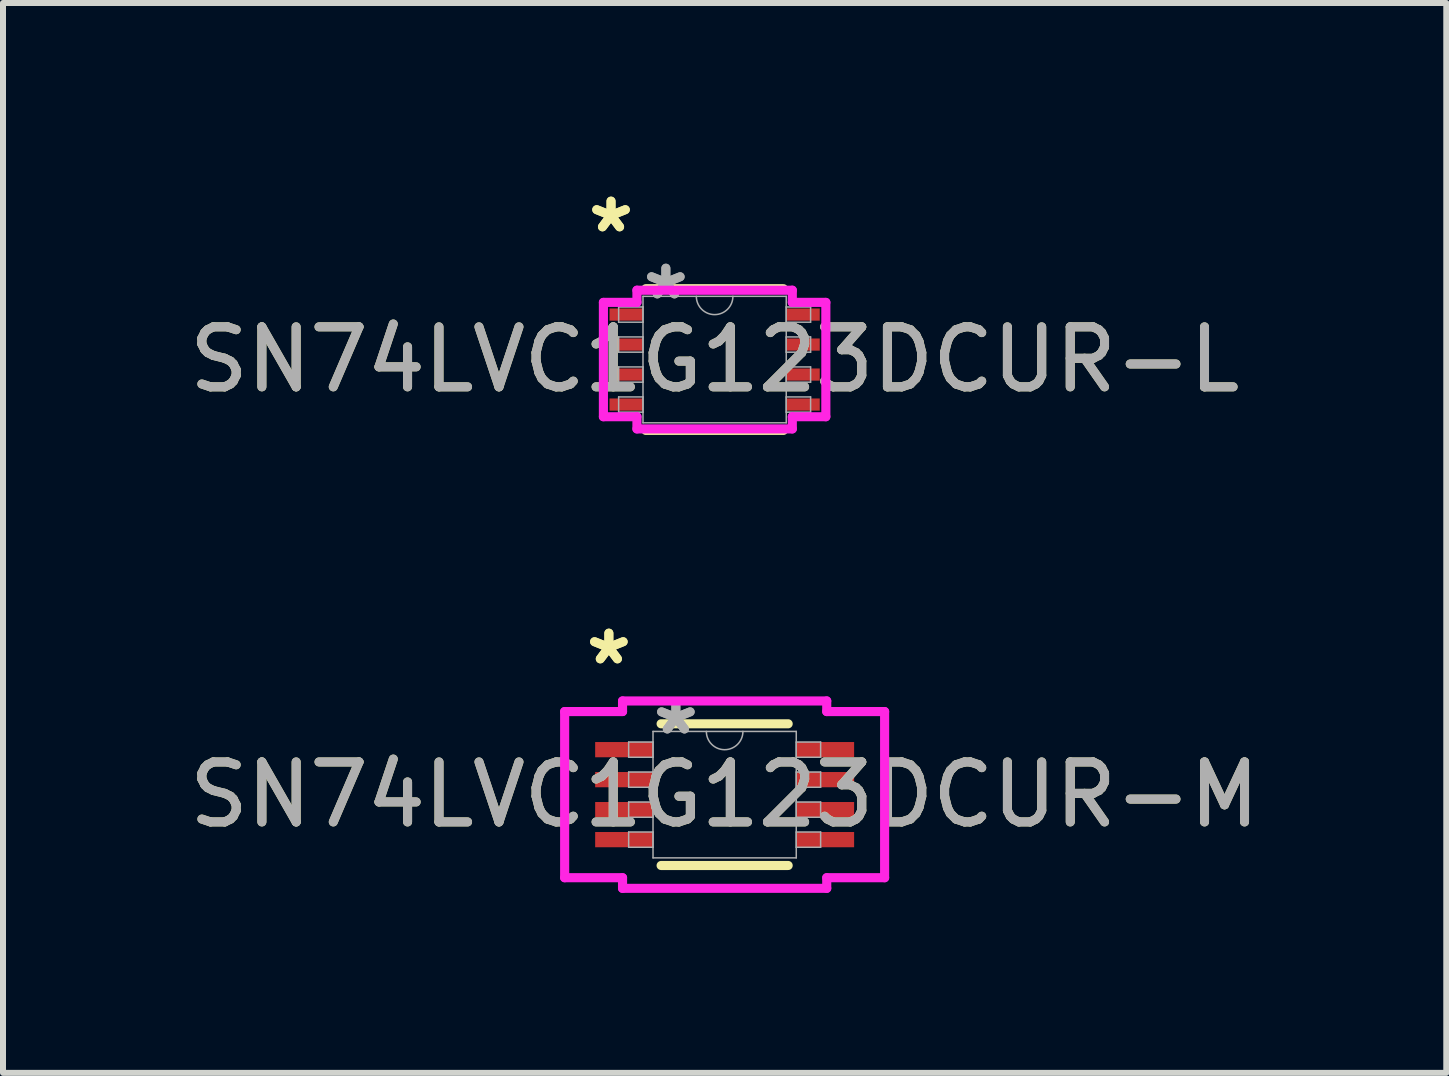
<source format=kicad_pcb>
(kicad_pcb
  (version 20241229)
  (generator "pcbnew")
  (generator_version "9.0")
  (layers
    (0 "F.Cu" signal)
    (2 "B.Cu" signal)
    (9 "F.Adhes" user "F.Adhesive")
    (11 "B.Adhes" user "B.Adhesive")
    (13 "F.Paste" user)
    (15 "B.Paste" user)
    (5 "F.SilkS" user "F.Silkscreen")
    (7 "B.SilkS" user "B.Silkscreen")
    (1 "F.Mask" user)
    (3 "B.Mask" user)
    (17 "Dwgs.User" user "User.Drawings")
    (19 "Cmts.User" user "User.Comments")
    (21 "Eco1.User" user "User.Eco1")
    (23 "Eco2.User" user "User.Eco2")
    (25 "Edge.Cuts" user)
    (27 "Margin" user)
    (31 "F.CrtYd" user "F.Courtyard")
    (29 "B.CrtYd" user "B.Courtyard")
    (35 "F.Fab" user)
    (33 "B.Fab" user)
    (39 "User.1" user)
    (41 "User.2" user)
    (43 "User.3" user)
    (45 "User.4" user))
  (footprint "SN74LVC1G123DCUR-L"
    (layer "F.Cu")
    (at 8.863 2.944)
    (property "Reference" "SN74LVC1G123DCUR-L" (at 0 0 0) (unlocked yes) (layer "F.SilkS") (effects (font (size 1 1) (thickness 0.15))))
    (attr smd)
    (fp_line (start -1.147 1.181) (end 1.147 1.181) (stroke (width 0.152) (type solid)) (layer "F.SilkS"))
    (fp_line (start 1.147 -1.181) (end -1.147 -1.181) (stroke (width 0.152) (type solid)) (layer "F.SilkS"))
    (fp_line (start -1.854 -0.953) (end -1.295 -0.953) (stroke (width 0.152) (type solid)) (layer "F.CrtYd"))
    (fp_line (start -1.854 0.953) (end -1.854 -0.953) (stroke (width 0.152) (type solid)) (layer "F.CrtYd"))
    (fp_line (start -1.854 0.953) (end -1.295 0.953) (stroke (width 0.152) (type solid)) (layer "F.CrtYd"))
    (fp_line (start -1.295 -1.156) (end 1.295 -1.156) (stroke (width 0.152) (type solid)) (layer "F.CrtYd"))
    (fp_line (start -1.295 -0.953) (end -1.295 -1.156) (stroke (width 0.152) (type solid)) (layer "F.CrtYd"))
    (fp_line (start -1.295 1.156) (end -1.295 0.953) (stroke (width 0.152) (type solid)) (layer "F.CrtYd"))
    (fp_line (start 1.295 -1.156) (end 1.295 -0.953) (stroke (width 0.152) (type solid)) (layer "F.CrtYd"))
    (fp_line (start 1.295 0.953) (end 1.295 1.156) (stroke (width 0.152) (type solid)) (layer "F.CrtYd"))
    (fp_line (start 1.295 1.156) (end -1.295 1.156) (stroke (width 0.152) (type solid)) (layer "F.CrtYd"))
    (fp_line (start 1.854 -0.953) (end 1.295 -0.953) (stroke (width 0.152) (type solid)) (layer "F.CrtYd"))
    (fp_line (start 1.854 -0.953) (end 1.854 0.953) (stroke (width 0.152) (type solid)) (layer "F.CrtYd"))
    (fp_line (start 1.854 0.953) (end 1.295 0.953) (stroke (width 0.152) (type solid)) (layer "F.CrtYd"))
    (fp_line (start -1.6 -0.877) (end -1.6 -0.623) (stroke (width 0.025) (type solid)) (layer "F.Fab"))
    (fp_line (start -1.6 -0.623) (end -1.194 -0.623) (stroke (width 0.025) (type solid)) (layer "F.Fab"))
    (fp_line (start -1.6 -0.377) (end -1.6 -0.123) (stroke (width 0.025) (type solid)) (layer "F.Fab"))
    (fp_line (start -1.6 -0.123) (end -1.194 -0.123) (stroke (width 0.025) (type solid)) (layer "F.Fab"))
    (fp_line (start -1.6 0.123) (end -1.6 0.377) (stroke (width 0.025) (type solid)) (layer "F.Fab"))
    (fp_line (start -1.6 0.377) (end -1.194 0.377) (stroke (width 0.025) (type solid)) (layer "F.Fab"))
    (fp_line (start -1.6 0.623) (end -1.6 0.877) (stroke (width 0.025) (type solid)) (layer "F.Fab"))
    (fp_line (start -1.6 0.877) (end -1.194 0.877) (stroke (width 0.025) (type solid)) (layer "F.Fab"))
    (fp_line (start -1.194 -1.054) (end -1.194 1.054) (stroke (width 0.025) (type solid)) (layer "F.Fab"))
    (fp_line (start -1.194 -0.877) (end -1.6 -0.877) (stroke (width 0.025) (type solid)) (layer "F.Fab"))
    (fp_line (start -1.194 -0.623) (end -1.194 -0.877) (stroke (width 0.025) (type solid)) (layer "F.Fab"))
    (fp_line (start -1.194 -0.377) (end -1.6 -0.377) (stroke (width 0.025) (type solid)) (layer "F.Fab"))
    (fp_line (start -1.194 -0.123) (end -1.194 -0.377) (stroke (width 0.025) (type solid)) (layer "F.Fab"))
    (fp_line (start -1.194 0.123) (end -1.6 0.123) (stroke (width 0.025) (type solid)) (layer "F.Fab"))
    (fp_line (start -1.194 0.377) (end -1.194 0.123) (stroke (width 0.025) (type solid)) (layer "F.Fab"))
    (fp_line (start -1.194 0.623) (end -1.6 0.623) (stroke (width 0.025) (type solid)) (layer "F.Fab"))
    (fp_line (start -1.194 0.877) (end -1.194 0.623) (stroke (width 0.025) (type solid)) (layer "F.Fab"))
    (fp_line (start -1.194 1.054) (end 1.194 1.054) (stroke (width 0.025) (type solid)) (layer "F.Fab"))
    (fp_line (start 1.194 -1.054) (end -1.194 -1.054) (stroke (width 0.025) (type solid)) (layer "F.Fab"))
    (fp_line (start 1.194 -0.877) (end 1.194 -0.623) (stroke (width 0.025) (type solid)) (layer "F.Fab"))
    (fp_line (start 1.194 -0.623) (end 1.6 -0.623) (stroke (width 0.025) (type solid)) (layer "F.Fab"))
    (fp_line (start 1.194 -0.377) (end 1.194 -0.123) (stroke (width 0.025) (type solid)) (layer "F.Fab"))
    (fp_line (start 1.194 -0.123) (end 1.6 -0.123) (stroke (width 0.025) (type solid)) (layer "F.Fab"))
    (fp_line (start 1.194 0.123) (end 1.194 0.377) (stroke (width 0.025) (type solid)) (layer "F.Fab"))
    (fp_line (start 1.194 0.377) (end 1.6 0.377) (stroke (width 0.025) (type solid)) (layer "F.Fab"))
    (fp_line (start 1.194 0.623) (end 1.194 0.877) (stroke (width 0.025) (type solid)) (layer "F.Fab"))
    (fp_line (start 1.194 0.877) (end 1.6 0.877) (stroke (width 0.025) (type solid)) (layer "F.Fab"))
    (fp_line (start 1.194 1.054) (end 1.194 -1.054) (stroke (width 0.025) (type solid)) (layer "F.Fab"))
    (fp_line (start 1.6 -0.877) (end 1.194 -0.877) (stroke (width 0.025) (type solid)) (layer "F.Fab"))
    (fp_line (start 1.6 -0.623) (end 1.6 -0.877) (stroke (width 0.025) (type solid)) (layer "F.Fab"))
    (fp_line (start 1.6 -0.377) (end 1.194 -0.377) (stroke (width 0.025) (type solid)) (layer "F.Fab"))
    (fp_line (start 1.6 -0.123) (end 1.6 -0.377) (stroke (width 0.025) (type solid)) (layer "F.Fab"))
    (fp_line (start 1.6 0.123) (end 1.194 0.123) (stroke (width 0.025) (type solid)) (layer "F.Fab"))
    (fp_line (start 1.6 0.377) (end 1.6 0.123) (stroke (width 0.025) (type solid)) (layer "F.Fab"))
    (fp_line (start 1.6 0.623) (end 1.194 0.623) (stroke (width 0.025) (type solid)) (layer "F.Fab"))
    (fp_line (start 1.6 0.877) (end 1.6 0.623) (stroke (width 0.025) (type solid)) (layer "F.Fab"))
    (fp_arc (start 0.3048 -1.0541) (mid 0 -0.7493) (end -0.3048 -1.0541) (stroke (width 0.0254) (type solid)) (layer "F.Fab"))
    (fp_text user "*" (at -1.727 -2.096 0) (layer "F.SilkS") (effects (font (size 1 1) (thickness 0.15))))
    (fp_text user "*" (at -1.727 -2.096 0) (unlocked yes) (layer "F.SilkS") (effects (font (size 1 1) (thickness 0.15))))
    (fp_text user "${REFERENCE}" (at 0 0 0) (unlocked yes) (layer "F.Fab") (effects (font (size 1 1) (thickness 0.15))))
    (fp_text user "*" (at -0.813 -0.978 0) (unlocked yes) (layer "F.Fab") (effects (font (size 1 1) (thickness 0.15))))
    (fp_text user "*" (at -0.813 -0.978 0) (layer "F.Fab") (effects (font (size 1 1) (thickness 0.15))))
    (pad "1" smd rect (at -1.473 -0.75) (size 0.559 0.203) (layers "F.Cu" "F.Mask" "F.Paste"))
    (pad "2" smd rect (at -1.473 -0.25) (size 0.559 0.203) (layers "F.Cu" "F.Mask" "F.Paste"))
    (pad "3" smd rect (at -1.473 0.25) (size 0.559 0.203) (layers "F.Cu" "F.Mask" "F.Paste"))
    (pad "4" smd rect (at -1.473 0.75) (size 0.559 0.203) (layers "F.Cu" "F.Mask" "F.Paste"))
    (pad "5" smd rect (at 1.473 0.75) (size 0.559 0.203) (layers "F.Cu" "F.Mask" "F.Paste"))
    (pad "6" smd rect (at 1.473 0.25) (size 0.559 0.203) (layers "F.Cu" "F.Mask" "F.Paste"))
    (pad "7" smd rect (at 1.473 -0.25) (size 0.559 0.203) (layers "F.Cu" "F.Mask" "F.Paste"))
    (pad "8" smd rect (at 1.473 -0.75) (size 0.559 0.203) (layers "F.Cu" "F.Mask" "F.Paste")))
  (footprint "SN74LVC1G123DCUR-M"
    (layer "F.Cu")
    (at 9.03 10.197)
    (property "Reference" "SN74LVC1G123DCUR-M" (at 0 0 0) (unlocked yes) (layer "F.SilkS") (effects (font (size 1 1) (thickness 0.15))))
    (attr smd)
    (fp_line (start -1.059 1.181) (end 1.059 1.181) (stroke (width 0.152) (type solid)) (layer "F.SilkS"))
    (fp_line (start 1.059 -1.181) (end -1.059 -1.181) (stroke (width 0.152) (type solid)) (layer "F.SilkS"))
    (fp_line (start -2.667 -1.385) (end -1.702 -1.385) (stroke (width 0.152) (type solid)) (layer "F.CrtYd"))
    (fp_line (start -2.667 1.385) (end -2.667 -1.385) (stroke (width 0.152) (type solid)) (layer "F.CrtYd"))
    (fp_line (start -2.667 1.385) (end -1.702 1.385) (stroke (width 0.152) (type solid)) (layer "F.CrtYd"))
    (fp_line (start -1.702 -1.562) (end 1.702 -1.562) (stroke (width 0.152) (type solid)) (layer "F.CrtYd"))
    (fp_line (start -1.702 -1.385) (end -1.702 -1.562) (stroke (width 0.152) (type solid)) (layer "F.CrtYd"))
    (fp_line (start -1.702 1.562) (end -1.702 1.385) (stroke (width 0.152) (type solid)) (layer "F.CrtYd"))
    (fp_line (start 1.702 -1.562) (end 1.702 -1.385) (stroke (width 0.152) (type solid)) (layer "F.CrtYd"))
    (fp_line (start 1.702 1.385) (end 1.702 1.562) (stroke (width 0.152) (type solid)) (layer "F.CrtYd"))
    (fp_line (start 1.702 1.562) (end -1.702 1.562) (stroke (width 0.152) (type solid)) (layer "F.CrtYd"))
    (fp_line (start 2.667 -1.385) (end 1.702 -1.385) (stroke (width 0.152) (type solid)) (layer "F.CrtYd"))
    (fp_line (start 2.667 -1.385) (end 2.667 1.385) (stroke (width 0.152) (type solid)) (layer "F.CrtYd"))
    (fp_line (start 2.667 1.385) (end 1.702 1.385) (stroke (width 0.152) (type solid)) (layer "F.CrtYd"))
    (fp_line (start -1.6 -0.877) (end -1.6 -0.623) (stroke (width 0.025) (type solid)) (layer "F.Fab"))
    (fp_line (start -1.6 -0.623) (end -1.194 -0.623) (stroke (width 0.025) (type solid)) (layer "F.Fab"))
    (fp_line (start -1.6 -0.377) (end -1.6 -0.123) (stroke (width 0.025) (type solid)) (layer "F.Fab"))
    (fp_line (start -1.6 -0.123) (end -1.194 -0.123) (stroke (width 0.025) (type solid)) (layer "F.Fab"))
    (fp_line (start -1.6 0.123) (end -1.6 0.377) (stroke (width 0.025) (type solid)) (layer "F.Fab"))
    (fp_line (start -1.6 0.377) (end -1.194 0.377) (stroke (width 0.025) (type solid)) (layer "F.Fab"))
    (fp_line (start -1.6 0.623) (end -1.6 0.877) (stroke (width 0.025) (type solid)) (layer "F.Fab"))
    (fp_line (start -1.6 0.877) (end -1.194 0.877) (stroke (width 0.025) (type solid)) (layer "F.Fab"))
    (fp_line (start -1.194 -1.054) (end -1.194 1.054) (stroke (width 0.025) (type solid)) (layer "F.Fab"))
    (fp_line (start -1.194 -0.877) (end -1.6 -0.877) (stroke (width 0.025) (type solid)) (layer "F.Fab"))
    (fp_line (start -1.194 -0.623) (end -1.194 -0.877) (stroke (width 0.025) (type solid)) (layer "F.Fab"))
    (fp_line (start -1.194 -0.377) (end -1.6 -0.377) (stroke (width 0.025) (type solid)) (layer "F.Fab"))
    (fp_line (start -1.194 -0.123) (end -1.194 -0.377) (stroke (width 0.025) (type solid)) (layer "F.Fab"))
    (fp_line (start -1.194 0.123) (end -1.6 0.123) (stroke (width 0.025) (type solid)) (layer "F.Fab"))
    (fp_line (start -1.194 0.377) (end -1.194 0.123) (stroke (width 0.025) (type solid)) (layer "F.Fab"))
    (fp_line (start -1.194 0.623) (end -1.6 0.623) (stroke (width 0.025) (type solid)) (layer "F.Fab"))
    (fp_line (start -1.194 0.877) (end -1.194 0.623) (stroke (width 0.025) (type solid)) (layer "F.Fab"))
    (fp_line (start -1.194 1.054) (end 1.194 1.054) (stroke (width 0.025) (type solid)) (layer "F.Fab"))
    (fp_line (start 1.194 -1.054) (end -1.194 -1.054) (stroke (width 0.025) (type solid)) (layer "F.Fab"))
    (fp_line (start 1.194 -0.877) (end 1.194 -0.623) (stroke (width 0.025) (type solid)) (layer "F.Fab"))
    (fp_line (start 1.194 -0.623) (end 1.6 -0.623) (stroke (width 0.025) (type solid)) (layer "F.Fab"))
    (fp_line (start 1.194 -0.377) (end 1.194 -0.123) (stroke (width 0.025) (type solid)) (layer "F.Fab"))
    (fp_line (start 1.194 -0.123) (end 1.6 -0.123) (stroke (width 0.025) (type solid)) (layer "F.Fab"))
    (fp_line (start 1.194 0.123) (end 1.194 0.377) (stroke (width 0.025) (type solid)) (layer "F.Fab"))
    (fp_line (start 1.194 0.377) (end 1.6 0.377) (stroke (width 0.025) (type solid)) (layer "F.Fab"))
    (fp_line (start 1.194 0.623) (end 1.194 0.877) (stroke (width 0.025) (type solid)) (layer "F.Fab"))
    (fp_line (start 1.194 0.877) (end 1.6 0.877) (stroke (width 0.025) (type solid)) (layer "F.Fab"))
    (fp_line (start 1.194 1.054) (end 1.194 -1.054) (stroke (width 0.025) (type solid)) (layer "F.Fab"))
    (fp_line (start 1.6 -0.877) (end 1.194 -0.877) (stroke (width 0.025) (type solid)) (layer "F.Fab"))
    (fp_line (start 1.6 -0.623) (end 1.6 -0.877) (stroke (width 0.025) (type solid)) (layer "F.Fab"))
    (fp_line (start 1.6 -0.377) (end 1.194 -0.377) (stroke (width 0.025) (type solid)) (layer "F.Fab"))
    (fp_line (start 1.6 -0.123) (end 1.6 -0.377) (stroke (width 0.025) (type solid)) (layer "F.Fab"))
    (fp_line (start 1.6 0.123) (end 1.194 0.123) (stroke (width 0.025) (type solid)) (layer "F.Fab"))
    (fp_line (start 1.6 0.377) (end 1.6 0.123) (stroke (width 0.025) (type solid)) (layer "F.Fab"))
    (fp_line (start 1.6 0.623) (end 1.194 0.623) (stroke (width 0.025) (type solid)) (layer "F.Fab"))
    (fp_line (start 1.6 0.877) (end 1.6 0.623) (stroke (width 0.025) (type solid)) (layer "F.Fab"))
    (fp_arc (start 0.3048 -1.0541) (mid 0 -0.7493) (end -0.3048 -1.0541) (stroke (width 0.0254) (type solid)) (layer "F.Fab"))
    (fp_text user "*" (at -1.93 -2.147 0) (unlocked yes) (layer "F.SilkS") (effects (font (size 1 1) (thickness 0.15))))
    (fp_text user "*" (at -1.93 -2.147 0) (layer "F.SilkS") (effects (font (size 1 1) (thickness 0.15))))
    (fp_text user "*" (at -0.813 -0.978 0) (unlocked yes) (layer "F.Fab") (effects (font (size 1 1) (thickness 0.15))))
    (fp_text user "*" (at -0.813 -0.978 0) (layer "F.Fab") (effects (font (size 1 1) (thickness 0.15))))
    (fp_text user "${REFERENCE}" (at 0 0 0) (unlocked yes) (layer "F.Fab") (effects (font (size 1 1) (thickness 0.15))))
    (pad "1" smd rect (at -1.676 -0.75) (size 0.965 0.254) (layers "F.Cu" "F.Mask" "F.Paste"))
    (pad "2" smd rect (at -1.676 -0.25) (size 0.965 0.254) (layers "F.Cu" "F.Mask" "F.Paste"))
    (pad "3" smd rect (at -1.676 0.25) (size 0.965 0.254) (layers "F.Cu" "F.Mask" "F.Paste"))
    (pad "4" smd rect (at -1.676 0.75) (size 0.965 0.254) (layers "F.Cu" "F.Mask" "F.Paste"))
    (pad "5" smd rect (at 1.676 0.75) (size 0.965 0.254) (layers "F.Cu" "F.Mask" "F.Paste"))
    (pad "6" smd rect (at 1.676 0.25) (size 0.965 0.254) (layers "F.Cu" "F.Mask" "F.Paste"))
    (pad "7" smd rect (at 1.676 -0.25) (size 0.965 0.254) (layers "F.Cu" "F.Mask" "F.Paste"))
    (pad "8" smd rect (at 1.676 -0.75) (size 0.965 0.254) (layers "F.Cu" "F.Mask" "F.Paste")))
  (gr_rect
    (start -3 -3)
    (end 21.06 14.835)
    (stroke (width 0.1) (type default))
    (fill no)
    (layer "Edge.Cuts")))
</source>
